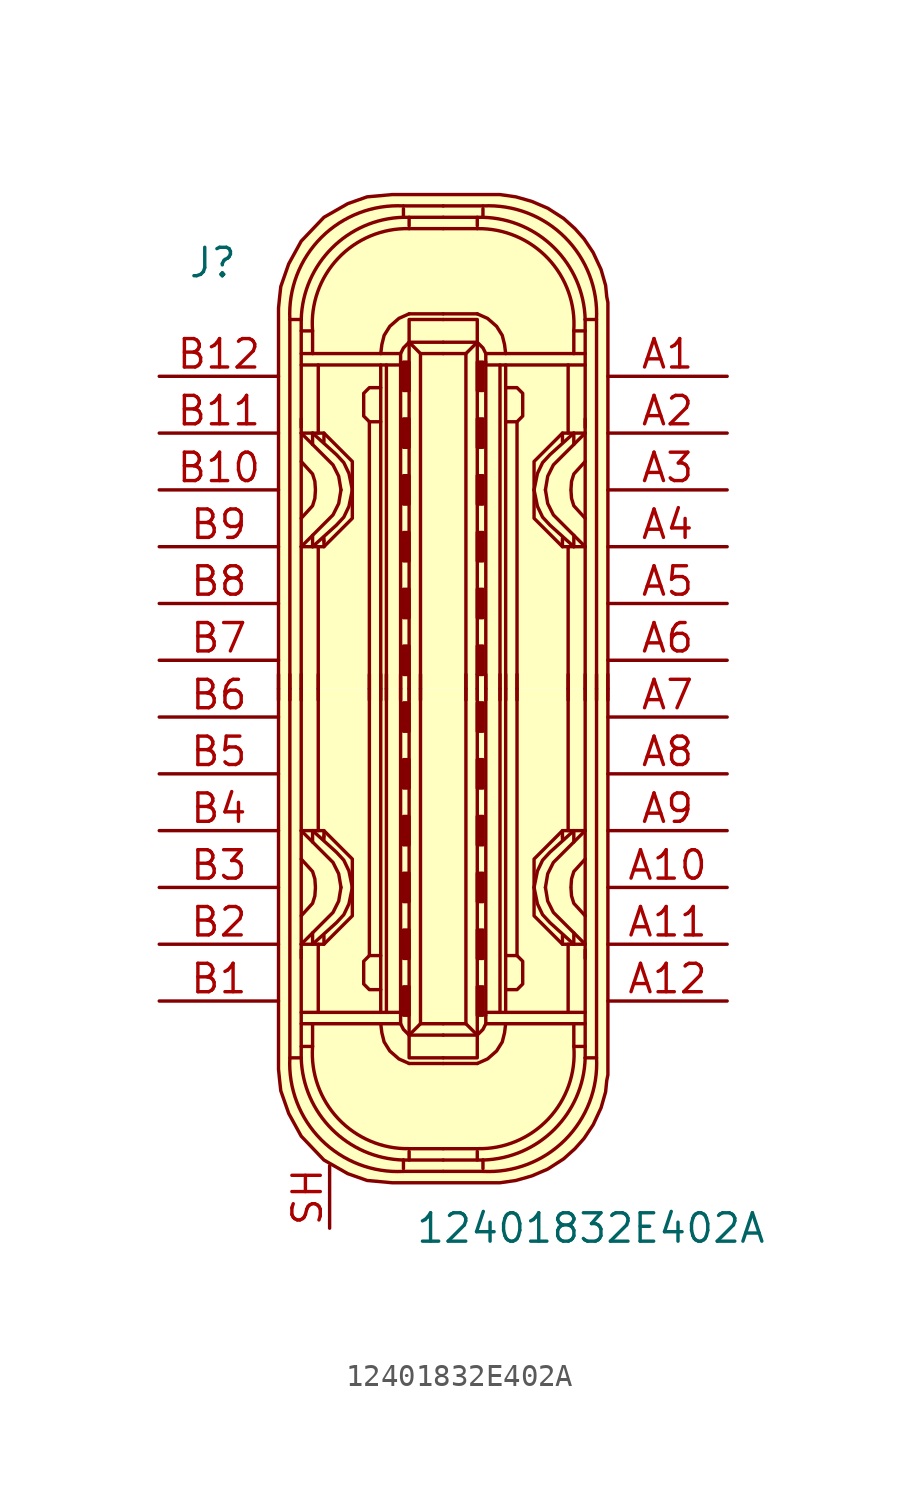
<source format=kicad_sym>
(kicad_symbol_lib
  (version 20201005)
  (generator kicad_symbol_editor)
  (symbol "12401832E402A"
    (pin_names
      (offset 1.016))
    (property "Reference" "J"
      (at -11.43 19.05 0)
      (effects (font (size 1.27 1.27)) (justify left)))
    (property "Value" "12401832E402A"
      (at -1.27 -24.13 0)
      (effects (font (size 1.27 1.27)) (justify left)))
    (symbol "12401832E402A_1_1"
      (arc (start -1.778 -21.59) (end -6.858 -16.51) (radius (at -2.032 -16.764) (length 4.826) (angles -87 177)) (stroke (width 0)) (fill (type none)))
      (arc (start -6.858 16.51) (end -1.778 21.59) (radius (at -2.032 16.764) (length 4.826) (angles -177 87)) (stroke (width 0)) (fill (type none)))
      (arc (start -6.35 -16.51) (end -1.778 -21.082) (radius (at -1.651 -16.383) (length 4.699) (angles -178.5 -91.5)) (stroke (width 0)) (fill (type none)))
      (arc (start -1.778 21.082) (end -6.35 16.51) (radius (at -1.651 16.383) (length 4.699) (angles 91.5 178.5)) (stroke (width 0)) (fill (type none)))
      (arc (start -5.842 -16.002) (end -1.524 -20.574) (radius (at -1.6002 -16.3322) (length 4.2672) (angles 175.5 -89)) (stroke (width 0)) (fill (type none)))
      (arc (start -1.524 20.574) (end -5.842 16.002) (radius (at -1.6002 16.3322) (length 4.2672) (angles 89 -175.5)) (stroke (width 0)) (fill (type none)))
      (arc (start 1.524 -20.574) (end 5.842 -16.002) (radius (at 1.6002 -16.3322) (length 4.2672) (angles -91 4.5)) (stroke (width 0)) (fill (type none)))
      (arc (start 5.842 16.002) (end 1.524 20.574) (radius (at 1.6002 16.3322) (length 4.2672) (angles -4.5 91)) (stroke (width 0)) (fill (type none)))
      (arc (start 1.778 -21.082) (end 6.35 -16.51) (radius (at 1.651 -16.383) (length 4.699) (angles -88.5 -1.5)) (stroke (width 0)) (fill (type none)))
      (arc (start 6.35 16.51) (end 1.778 21.082) (radius (at 1.651 16.383) (length 4.699) (angles 1.5 88.5)) (stroke (width 0)) (fill (type none)))
      (arc (start 6.858 -16.51) (end 1.778 -21.59) (radius (at 2.032 -16.764) (length 4.826) (angles 3 -93)) (stroke (width 0)) (fill (type none)))
      (arc (start 1.778 21.59) (end 6.858 16.51) (radius (at 2.032 16.764) (length 4.826) (angles 93 -3)) (stroke (width 0)) (fill (type none)))
      (rectangle (start -1.778 -14.605) (end -1.524 -13.335) (stroke (width 0)) (fill (type outline)))
      (rectangle (start -1.778 -12.065) (end -1.524 -10.795) (stroke (width 0)) (fill (type outline)))
      (rectangle (start -1.778 -9.525) (end -1.524 -8.255) (stroke (width 0)) (fill (type outline)))
      (rectangle (start -1.778 -6.985) (end -1.524 -5.715) (stroke (width 0)) (fill (type outline)))
      (rectangle (start -1.778 -4.445) (end -1.524 -3.175) (stroke (width 0)) (fill (type outline)))
      (rectangle (start -1.778 -1.905) (end -1.524 -0.635) (stroke (width 0)) (fill (type outline)))
      (rectangle (start -1.778 1.905) (end -1.524 0.635) (stroke (width 0)) (fill (type outline)))
      (rectangle (start -1.778 4.445) (end -1.524 3.175) (stroke (width 0)) (fill (type outline)))
      (rectangle (start -1.778 6.985) (end -1.524 5.715) (stroke (width 0)) (fill (type outline)))
      (rectangle (start -1.778 9.525) (end -1.524 8.255) (stroke (width 0)) (fill (type outline)))
      (rectangle (start -1.778 12.065) (end -1.524 10.795) (stroke (width 0)) (fill (type outline)))
      (rectangle (start -1.778 14.605) (end -1.524 13.335) (stroke (width 0)) (fill (type outline)))
      (rectangle (start 1.778 -14.605) (end 1.524 -13.335) (stroke (width 0)) (fill (type outline)))
      (rectangle (start 1.778 -12.065) (end 1.524 -10.795) (stroke (width 0)) (fill (type outline)))
      (rectangle (start 1.778 -9.525) (end 1.524 -8.255) (stroke (width 0)) (fill (type outline)))
      (rectangle (start 1.778 -6.985) (end 1.524 -5.715) (stroke (width 0)) (fill (type outline)))
      (rectangle (start 1.778 -4.445) (end 1.524 -3.175) (stroke (width 0)) (fill (type outline)))
      (rectangle (start 1.778 -1.905) (end 1.524 -0.635) (stroke (width 0)) (fill (type outline)))
      (rectangle (start 1.778 1.905) (end 1.524 0.635) (stroke (width 0)) (fill (type outline)))
      (rectangle (start 1.778 4.445) (end 1.524 3.175) (stroke (width 0)) (fill (type outline)))
      (rectangle (start 1.778 6.985) (end 1.524 5.715) (stroke (width 0)) (fill (type outline)))
      (rectangle (start 1.778 9.525) (end 1.524 8.255) (stroke (width 0)) (fill (type outline)))
      (rectangle (start 1.778 12.065) (end 1.524 10.795) (stroke (width 0)) (fill (type outline)))
      (rectangle (start 1.778 14.605) (end 1.524 13.335) (stroke (width 0)) (fill (type outline)))
      (polyline (pts (xy -7.366 -0.508) (xy -7.366 0.635)) (stroke (width 0)) (fill (type none)))
      (polyline (pts (xy -6.858 -0.508) (xy -6.858 0.635)) (stroke (width 0)) (fill (type none)))
      (polyline (pts (xy -6.35 -14.986) (xy -1.905 -14.986)) (stroke (width 0)) (fill (type none)))
      (polyline (pts (xy -6.35 -12.065) (xy -6.35 0)) (stroke (width 0)) (fill (type none)))
      (polyline (pts (xy -6.35 -0.508) (xy -6.35 0.635)) (stroke (width 0)) (fill (type none)))
      (polyline (pts (xy -6.35 12.065) (xy -6.35 0)) (stroke (width 0)) (fill (type none)))
      (polyline (pts (xy -6.35 14.986) (xy -1.905 14.986)) (stroke (width 0)) (fill (type none)))
      (polyline (pts (xy -5.842 -11.43) (xy -5.842 -10.922)) (stroke (width 0)) (fill (type none)))
      (polyline (pts (xy -5.842 -6.35) (xy -5.842 -6.858)) (stroke (width 0)) (fill (type none)))
      (polyline (pts (xy -5.842 6.35) (xy -5.842 6.858)) (stroke (width 0)) (fill (type none)))
      (polyline (pts (xy -5.842 11.43) (xy -5.842 10.922)) (stroke (width 0)) (fill (type none)))
      (polyline (pts (xy -5.588 -14.478) (xy -5.588 -11.43)) (stroke (width 0)) (fill (type none)))
      (polyline (pts (xy -5.588 -6.35) (xy -5.588 0)) (stroke (width 0)) (fill (type none)))
      (polyline (pts (xy -5.588 -0.508) (xy -5.588 0.635)) (stroke (width 0)) (fill (type none)))
      (polyline (pts (xy -5.588 6.35) (xy -5.588 0)) (stroke (width 0)) (fill (type none)))
      (polyline (pts (xy -5.588 14.478) (xy -5.588 11.43)) (stroke (width 0)) (fill (type none)))
      (polyline (pts (xy -5.334 -11.43) (xy -5.334 -11.049)) (stroke (width 0)) (fill (type none)))
      (polyline (pts (xy -5.334 -6.604) (xy -5.334 -6.731)) (stroke (width 0)) (fill (type none)))
      (polyline (pts (xy -5.334 -6.35) (xy -5.334 -6.604)) (stroke (width 0)) (fill (type none)))
      (polyline (pts (xy -5.334 6.35) (xy -5.334 6.604)) (stroke (width 0)) (fill (type none)))
      (polyline (pts (xy -5.334 6.604) (xy -5.334 6.731)) (stroke (width 0)) (fill (type none)))
      (polyline (pts (xy -5.334 11.43) (xy -5.334 11.049)) (stroke (width 0)) (fill (type none)))
      (polyline (pts (xy -3.302 -0.508) (xy -3.302 0.635)) (stroke (width 0)) (fill (type none)))
      (polyline (pts (xy -3.302 0) (xy -3.302 -11.938)) (stroke (width 0)) (fill (type none)))
      (polyline (pts (xy -3.302 0) (xy -3.302 11.938)) (stroke (width 0)) (fill (type none)))
      (polyline (pts (xy -2.794 -0.508) (xy -2.794 0.635)) (stroke (width 0)) (fill (type none)))
      (polyline (pts (xy -2.794 0) (xy -2.794 -14.478)) (stroke (width 0)) (fill (type none)))
      (polyline (pts (xy -2.794 0) (xy -2.794 14.478)) (stroke (width 0)) (fill (type none)))
      (polyline (pts (xy -2.54 -14.478) (xy -2.54 0)) (stroke (width 0)) (fill (type none)))
      (polyline (pts (xy -2.54 -0.508) (xy -2.54 0.635)) (stroke (width 0)) (fill (type none)))
      (polyline (pts (xy -2.54 14.478) (xy -2.54 0)) (stroke (width 0)) (fill (type none)))
      (polyline (pts (xy -1.905 -14.478) (xy -6.35 -14.478)) (stroke (width 0)) (fill (type none)))
      (polyline (pts (xy -1.905 -0.508) (xy -1.905 0.635)) (stroke (width 0)) (fill (type none)))
      (polyline (pts (xy -1.905 0) (xy -1.905 -14.605)) (stroke (width 0)) (fill (type none)))
      (polyline (pts (xy -1.905 0) (xy -1.905 14.605)) (stroke (width 0)) (fill (type none)))
      (polyline (pts (xy -1.905 14.478) (xy -6.35 14.478)) (stroke (width 0)) (fill (type none)))
      (polyline (pts (xy -1.778 -21.59) (xy 0 -21.59)) (stroke (width 0)) (fill (type background)))
      (polyline (pts (xy -1.778 -21.082) (xy -1.778 -21.463)) (stroke (width 0)) (fill (type none)))
      (polyline (pts (xy -1.778 -21.082) (xy 0 -21.082)) (stroke (width 0)) (fill (type none)))
      (polyline (pts (xy -1.778 21.082) (xy -1.778 21.463)) (stroke (width 0)) (fill (type none)))
      (polyline (pts (xy -1.778 21.082) (xy 0 21.082)) (stroke (width 0)) (fill (type none)))
      (polyline (pts (xy -1.778 21.59) (xy 0 21.59)) (stroke (width 0)) (fill (type background)))
      (polyline (pts (xy -1.524 -20.701) (xy -1.524 -21.082)) (stroke (width 0)) (fill (type none)))
      (polyline (pts (xy -1.524 -20.574) (xy 0 -20.574)) (stroke (width 0)) (fill (type none)))
      (polyline (pts (xy -1.524 -0.508) (xy -1.524 0.635)) (stroke (width 0)) (fill (type none)))
      (polyline (pts (xy -1.524 20.574) (xy 0 20.574)) (stroke (width 0)) (fill (type none)))
      (polyline (pts (xy -1.524 20.701) (xy -1.524 21.082)) (stroke (width 0)) (fill (type none)))
      (polyline (pts (xy -1.016 -14.986) (xy -1.524 -15.494)) (stroke (width 0)) (fill (type none)))
      (polyline (pts (xy -1.016 -0.508) (xy -1.016 0.635)) (stroke (width 0)) (fill (type none)))
      (polyline (pts (xy -1.016 14.986) (xy -1.524 15.494)) (stroke (width 0)) (fill (type none)))
      (polyline (pts (xy 0 -16.764) (xy -1.524 -16.764)) (stroke (width 0)) (fill (type none)))
      (polyline (pts (xy 0 -16.764) (xy 1.524 -16.764)) (stroke (width 0)) (fill (type none)))
      (polyline (pts (xy 0 16.764) (xy -1.524 16.764)) (stroke (width 0)) (fill (type none)))
      (polyline (pts (xy 0 16.764) (xy 1.524 16.764)) (stroke (width 0)) (fill (type none)))
      (polyline (pts (xy 1.016 -14.986) (xy 1.524 -15.494)) (stroke (width 0)) (fill (type none)))
      (polyline (pts (xy 1.016 -0.508) (xy 1.016 0.635)) (stroke (width 0)) (fill (type none)))
      (polyline (pts (xy 1.016 14.986) (xy 1.524 15.494)) (stroke (width 0)) (fill (type none)))
      (polyline (pts (xy 1.524 -20.701) (xy 1.524 -21.082)) (stroke (width 0)) (fill (type none)))
      (polyline (pts (xy 1.524 -20.574) (xy 0 -20.574)) (stroke (width 0)) (fill (type none)))
      (polyline (pts (xy 1.524 -0.508) (xy 1.524 0.635)) (stroke (width 0)) (fill (type none)))
      (polyline (pts (xy 1.524 20.574) (xy 0 20.574)) (stroke (width 0)) (fill (type none)))
      (polyline (pts (xy 1.524 20.701) (xy 1.524 21.082)) (stroke (width 0)) (fill (type none)))
      (polyline (pts (xy 1.778 -21.59) (xy 0 -21.59)) (stroke (width 0)) (fill (type background)))
      (polyline (pts (xy 1.778 -21.082) (xy 0 -21.082)) (stroke (width 0)) (fill (type none)))
      (polyline (pts (xy 1.778 -21.082) (xy 1.778 -21.463)) (stroke (width 0)) (fill (type none)))
      (polyline (pts (xy 1.778 21.082) (xy 0 21.082)) (stroke (width 0)) (fill (type none)))
      (polyline (pts (xy 1.778 21.082) (xy 1.778 21.463)) (stroke (width 0)) (fill (type none)))
      (polyline (pts (xy 1.778 21.59) (xy 0 21.59)) (stroke (width 0)) (fill (type background)))
      (polyline (pts (xy 1.905 -14.478) (xy 6.35 -14.478)) (stroke (width 0)) (fill (type none)))
      (polyline (pts (xy 1.905 -0.508) (xy 1.905 0.635)) (stroke (width 0)) (fill (type none)))
      (polyline (pts (xy 1.905 0) (xy 1.905 -14.605)) (stroke (width 0)) (fill (type none)))
      (polyline (pts (xy 1.905 0) (xy 1.905 14.605)) (stroke (width 0)) (fill (type none)))
      (polyline (pts (xy 1.905 14.478) (xy 6.35 14.478)) (stroke (width 0)) (fill (type none)))
      (polyline (pts (xy 2.54 -14.478) (xy 2.54 0)) (stroke (width 0)) (fill (type none)))
      (polyline (pts (xy 2.54 -0.508) (xy 2.54 0.635)) (stroke (width 0)) (fill (type none)))
      (polyline (pts (xy 2.54 14.478) (xy 2.54 0)) (stroke (width 0)) (fill (type none)))
      (polyline (pts (xy 2.794 -0.508) (xy 2.794 0.635)) (stroke (width 0)) (fill (type none)))
      (polyline (pts (xy 2.794 0) (xy 2.794 -14.478)) (stroke (width 0)) (fill (type none)))
      (polyline (pts (xy 2.794 0) (xy 2.794 14.478)) (stroke (width 0)) (fill (type none)))
      (polyline (pts (xy 3.302 -0.508) (xy 3.302 0.635)) (stroke (width 0)) (fill (type none)))
      (polyline (pts (xy 3.302 0) (xy 3.302 -11.938)) (stroke (width 0)) (fill (type none)))
      (polyline (pts (xy 3.302 0) (xy 3.302 11.938)) (stroke (width 0)) (fill (type none)))
      (polyline (pts (xy 5.334 -11.43) (xy 5.334 -11.049)) (stroke (width 0)) (fill (type none)))
      (polyline (pts (xy 5.334 -6.604) (xy 5.334 -6.731)) (stroke (width 0)) (fill (type none)))
      (polyline (pts (xy 5.334 -6.35) (xy 5.334 -6.604)) (stroke (width 0)) (fill (type none)))
      (polyline (pts (xy 5.334 6.35) (xy 5.334 6.604)) (stroke (width 0)) (fill (type none)))
      (polyline (pts (xy 5.334 6.604) (xy 5.334 6.731)) (stroke (width 0)) (fill (type none)))
      (polyline (pts (xy 5.334 11.43) (xy 5.334 11.049)) (stroke (width 0)) (fill (type none)))
      (polyline (pts (xy 5.588 -14.478) (xy 5.588 -11.43)) (stroke (width 0)) (fill (type none)))
      (polyline (pts (xy 5.588 -6.35) (xy 5.588 0)) (stroke (width 0)) (fill (type none)))
      (polyline (pts (xy 5.588 -0.508) (xy 5.588 0.635)) (stroke (width 0)) (fill (type none)))
      (polyline (pts (xy 5.588 6.35) (xy 5.588 0)) (stroke (width 0)) (fill (type none)))
      (polyline (pts (xy 5.588 14.478) (xy 5.588 11.43)) (stroke (width 0)) (fill (type none)))
      (polyline (pts (xy 5.842 -11.43) (xy 5.842 -10.922)) (stroke (width 0)) (fill (type none)))
      (polyline (pts (xy 5.842 -6.35) (xy 5.842 -6.858)) (stroke (width 0)) (fill (type none)))
      (polyline (pts (xy 5.842 6.35) (xy 5.842 6.858)) (stroke (width 0)) (fill (type none)))
      (polyline (pts (xy 5.842 11.43) (xy 5.842 10.922)) (stroke (width 0)) (fill (type none)))
      (polyline (pts (xy 6.35 -14.986) (xy 1.905 -14.986)) (stroke (width 0)) (fill (type none)))
      (polyline (pts (xy 6.35 -12.065) (xy 6.35 0)) (stroke (width 0)) (fill (type none)))
      (polyline (pts (xy 6.35 -0.508) (xy 6.35 0.635)) (stroke (width 0)) (fill (type none)))
      (polyline (pts (xy 6.35 12.065) (xy 6.35 0)) (stroke (width 0)) (fill (type none)))
      (polyline (pts (xy 6.35 14.986) (xy 1.905 14.986)) (stroke (width 0)) (fill (type none)))
      (polyline (pts (xy 6.858 -0.508) (xy 6.858 0.635)) (stroke (width 0)) (fill (type none)))
      (polyline (pts (xy 7.366 -0.508) (xy 7.366 0.635)) (stroke (width 0)) (fill (type none)))
      (polyline (pts (xy -6.35 -16.51) (xy -6.858 -16.51) (xy -6.858 0)) (stroke (width 0)) (fill (type none)))
      (polyline (pts (xy -6.35 -11.684) (xy -6.35 -15.875) (xy -6.35 -16.51)) (stroke (width 0)) (fill (type none)))
      (polyline (pts (xy -6.35 11.684) (xy -6.35 15.875) (xy -6.35 16.51)) (stroke (width 0)) (fill (type none)))
      (polyline (pts (xy -6.35 16.51) (xy -6.858 16.51) (xy -6.858 0)) (stroke (width 0)) (fill (type none)))
      (polyline (pts (xy -5.842 -14.986) (xy -5.842 -16.002) (xy -6.35 -16.002)) (stroke (width 0)) (fill (type none)))
      (polyline (pts (xy -5.842 14.986) (xy -5.842 16.002) (xy -6.35 16.002)) (stroke (width 0)) (fill (type none)))
      (polyline (pts (xy -1.524 0) (xy -1.524 -15.494) (xy 0 -15.494)) (stroke (width 0)) (fill (type none)))
      (polyline (pts (xy -1.524 0) (xy -1.524 15.494) (xy 0 15.494)) (stroke (width 0)) (fill (type none)))
      (polyline (pts (xy -1.016 0) (xy -1.016 -14.986) (xy 0 -14.986)) (stroke (width 0)) (fill (type none)))
      (polyline (pts (xy -1.016 0) (xy -1.016 14.986) (xy 0 14.986)) (stroke (width 0)) (fill (type none)))
      (polyline (pts (xy 1.016 0) (xy 1.016 -14.986) (xy 0 -14.986)) (stroke (width 0)) (fill (type none)))
      (polyline (pts (xy 1.016 0) (xy 1.016 14.986) (xy 0 14.986)) (stroke (width 0)) (fill (type none)))
      (polyline (pts (xy 1.524 0) (xy 1.524 -15.494) (xy 0 -15.494)) (stroke (width 0)) (fill (type none)))
      (polyline (pts (xy 1.524 0) (xy 1.524 15.494) (xy 0 15.494)) (stroke (width 0)) (fill (type none)))
      (polyline (pts (xy 5.842 -14.986) (xy 5.842 -16.002) (xy 6.35 -16.002)) (stroke (width 0)) (fill (type none)))
      (polyline (pts (xy 5.842 14.986) (xy 5.842 16.002) (xy 6.35 16.002)) (stroke (width 0)) (fill (type none)))
      (polyline (pts (xy 6.35 -16.51) (xy 6.858 -16.51) (xy 6.858 0)) (stroke (width 0)) (fill (type none)))
      (polyline (pts (xy 6.35 -11.684) (xy 6.35 -15.875) (xy 6.35 -16.51)) (stroke (width 0)) (fill (type none)))
      (polyline (pts (xy 6.35 11.684) (xy 6.35 15.875) (xy 6.35 16.51)) (stroke (width 0)) (fill (type none)))
      (polyline (pts (xy 6.35 16.51) (xy 6.858 16.51) (xy 6.858 0)) (stroke (width 0)) (fill (type none)))
      (polyline (pts (xy -6.35 -11.43) (xy -4.928 -10.008) (xy -4.674 -9.5) (xy -4.572 -8.89)) (stroke (width 0)) (fill (type none)))
      (polyline (pts (xy -6.35 -10.16) (xy -5.842 -9.601) (xy -5.74 -9.271) (xy -5.715 -8.915)) (stroke (width 0)) (fill (type none)))
      (polyline (pts (xy -6.35 -7.62) (xy -5.842 -8.179) (xy -5.74 -8.509) (xy -5.715 -8.865)) (stroke (width 0)) (fill (type none)))
      (polyline (pts (xy -6.35 -6.35) (xy -4.928 -7.772) (xy -4.674 -8.28) (xy -4.572 -8.89)) (stroke (width 0)) (fill (type none)))
      (polyline (pts (xy -6.35 6.35) (xy -4.928 7.772) (xy -4.674 8.28) (xy -4.572 8.89)) (stroke (width 0)) (fill (type none)))
      (polyline (pts (xy -6.35 7.62) (xy -5.842 8.179) (xy -5.74 8.509) (xy -5.715 8.865)) (stroke (width 0)) (fill (type none)))
      (polyline (pts (xy -6.35 10.16) (xy -5.842 9.601) (xy -5.74 9.271) (xy -5.715 8.915)) (stroke (width 0)) (fill (type none)))
      (polyline (pts (xy -6.35 11.43) (xy -4.928 10.008) (xy -4.674 9.5) (xy -4.572 8.89)) (stroke (width 0)) (fill (type none)))
      (polyline (pts (xy -1.905 -14.605) (xy -1.905 -14.986) (xy -1.778 -15.24) (xy -1.524 -15.494)) (stroke (width 0)) (fill (type none)))
      (polyline (pts (xy -1.905 14.605) (xy -1.905 14.986) (xy -1.778 15.24) (xy -1.524 15.494)) (stroke (width 0)) (fill (type none)))
      (polyline (pts (xy 0 -16.51) (xy -1.397 -16.51) (xy -1.524 -16.51) (xy -1.524 -15.494)) (stroke (width 0)) (fill (type none)))
      (polyline (pts (xy 0 -16.51) (xy 1.397 -16.51) (xy 1.524 -16.51) (xy 1.524 -15.494)) (stroke (width 0)) (fill (type none)))
      (polyline (pts (xy 0 16.51) (xy -1.397 16.51) (xy -1.524 16.51) (xy -1.524 15.494)) (stroke (width 0)) (fill (type none)))
      (polyline (pts (xy 0 16.51) (xy 1.397 16.51) (xy 1.524 16.51) (xy 1.524 15.494)) (stroke (width 0)) (fill (type none)))
      (polyline (pts (xy 1.905 -14.605) (xy 1.905 -14.986) (xy 1.778 -15.24) (xy 1.524 -15.494)) (stroke (width 0)) (fill (type none)))
      (polyline (pts (xy 1.905 14.605) (xy 1.905 14.986) (xy 1.778 15.24) (xy 1.524 15.494)) (stroke (width 0)) (fill (type none)))
      (polyline (pts (xy 6.35 -11.43) (xy 4.928 -10.008) (xy 4.674 -9.5) (xy 4.572 -8.89)) (stroke (width 0)) (fill (type none)))
      (polyline (pts (xy 6.35 -10.16) (xy 5.842 -9.601) (xy 5.74 -9.271) (xy 5.715 -8.915)) (stroke (width 0)) (fill (type none)))
      (polyline (pts (xy 6.35 -7.62) (xy 5.842 -8.179) (xy 5.74 -8.509) (xy 5.715 -8.865)) (stroke (width 0)) (fill (type none)))
      (polyline (pts (xy 6.35 -6.35) (xy 4.928 -7.772) (xy 4.674 -8.28) (xy 4.572 -8.89)) (stroke (width 0)) (fill (type none)))
      (polyline (pts (xy 6.35 6.35) (xy 4.928 7.772) (xy 4.674 8.28) (xy 4.572 8.89)) (stroke (width 0)) (fill (type none)))
      (polyline (pts (xy 6.35 7.62) (xy 5.842 8.179) (xy 5.74 8.509) (xy 5.715 8.865)) (stroke (width 0)) (fill (type none)))
      (polyline (pts (xy 6.35 10.16) (xy 5.842 9.601) (xy 5.74 9.271) (xy 5.715 8.915)) (stroke (width 0)) (fill (type none)))
      (polyline (pts (xy 6.35 11.43) (xy 4.928 10.008) (xy 4.674 9.5) (xy 4.572 8.89)) (stroke (width 0)) (fill (type none)))
      (polyline (pts (xy -5.842 -11.43) (xy -4.775 -10.465) (xy -4.445 -10.109) (xy -4.216 -9.627) (xy -4.064 -8.89)) (stroke (width 0)) (fill (type none)))
      (polyline (pts (xy -5.842 -6.35) (xy -4.775 -7.315) (xy -4.445 -7.671) (xy -4.216 -8.153) (xy -4.064 -8.89)) (stroke (width 0)) (fill (type none)))
      (polyline (pts (xy -5.842 6.35) (xy -4.775 7.315) (xy -4.445 7.671) (xy -4.216 8.153) (xy -4.064 8.89)) (stroke (width 0)) (fill (type none)))
      (polyline (pts (xy -5.842 11.43) (xy -4.775 10.465) (xy -4.445 10.109) (xy -4.216 9.627) (xy -4.064 8.89)) (stroke (width 0)) (fill (type none)))
      (polyline (pts (xy 5.842 -11.43) (xy 4.775 -10.465) (xy 4.445 -10.109) (xy 4.216 -9.627) (xy 4.064 -8.89)) (stroke (width 0)) (fill (type none)))
      (polyline (pts (xy 5.842 -6.35) (xy 4.775 -7.315) (xy 4.445 -7.671) (xy 4.216 -8.153) (xy 4.064 -8.89)) (stroke (width 0)) (fill (type none)))
      (polyline (pts (xy 5.842 6.35) (xy 4.775 7.315) (xy 4.445 7.671) (xy 4.216 8.153) (xy 4.064 8.89)) (stroke (width 0)) (fill (type none)))
      (polyline (pts (xy 5.842 11.43) (xy 4.775 10.465) (xy 4.445 10.109) (xy 4.216 9.627) (xy 4.064 8.89)) (stroke (width 0)) (fill (type none)))
      (polyline (pts (xy -6.35 -11.43) (xy -5.334 -11.43) (xy -4.064 -10.16) (xy -4.064 -7.62) (xy -5.334 -6.35) (xy -6.35 -6.35)) (stroke (width 0)) (fill (type none)))
      (polyline (pts (xy -6.35 11.43) (xy -5.334 11.43) (xy -4.064 10.16) (xy -4.064 7.62) (xy -5.334 6.35) (xy -6.35 6.35)) (stroke (width 0)) (fill (type none)))
      (polyline (pts (xy -2.794 -14.986) (xy -2.743 -15.392) (xy -2.642 -15.799) (xy -2.388 -16.205) (xy -1.981 -16.561) (xy -1.524 -16.764)) (stroke (width 0)) (fill (type none)))
      (polyline (pts (xy -2.794 -13.462) (xy -3.302 -13.462) (xy -3.556 -13.208) (xy -3.556 -12.192) (xy -3.302 -11.938) (xy -2.794 -11.938)) (stroke (width 0)) (fill (type none)))
      (polyline (pts (xy -2.794 13.462) (xy -3.302 13.462) (xy -3.556 13.208) (xy -3.556 12.192) (xy -3.302 11.938) (xy -2.794 11.938)) (stroke (width 0)) (fill (type none)))
      (polyline (pts (xy -2.794 14.986) (xy -2.743 15.392) (xy -2.642 15.799) (xy -2.388 16.205) (xy -1.981 16.561) (xy -1.524 16.764)) (stroke (width 0)) (fill (type none)))
      (polyline (pts (xy 2.794 -14.986) (xy 2.743 -15.392) (xy 2.642 -15.799) (xy 2.388 -16.205) (xy 1.981 -16.561) (xy 1.524 -16.764)) (stroke (width 0)) (fill (type none)))
      (polyline (pts (xy 2.794 -13.462) (xy 3.302 -13.462) (xy 3.556 -13.208) (xy 3.556 -12.192) (xy 3.302 -11.938) (xy 2.794 -11.938)) (stroke (width 0)) (fill (type none)))
      (polyline (pts (xy 2.794 13.462) (xy 3.302 13.462) (xy 3.556 13.208) (xy 3.556 12.192) (xy 3.302 11.938) (xy 2.794 11.938)) (stroke (width 0)) (fill (type none)))
      (polyline (pts (xy 2.794 14.986) (xy 2.743 15.392) (xy 2.642 15.799) (xy 2.388 16.205) (xy 1.981 16.561) (xy 1.524 16.764)) (stroke (width 0)) (fill (type none)))
      (polyline (pts (xy 6.35 -11.43) (xy 5.334 -11.43) (xy 4.064 -10.16) (xy 4.064 -7.62) (xy 5.334 -6.35) (xy 6.35 -6.35)) (stroke (width 0)) (fill (type none)))
      (polyline (pts (xy 6.35 11.43) (xy 5.334 11.43) (xy 4.064 10.16) (xy 4.064 7.62) (xy 5.334 6.35) (xy 6.35 6.35)) (stroke (width 0)) (fill (type none)))
      (polyline (pts (xy 7.366 0) (xy 7.366 -17.018) (xy 7.366 -17.272) (xy 7.315 -17.526) (xy 7.264 -18.034) (xy 7.061 -18.745) (xy 6.706 -19.507) (xy 6.299 -20.117) (xy 5.893 -20.574) (xy 5.385 -21.031) (xy 4.674 -21.488) (xy 3.962 -21.793) (xy 3.251 -21.996) (xy 2.54 -22.098) (xy -2.286 -22.098) (xy -3.404 -21.996) (xy -4.267 -21.692) (xy -5.334 -21.082) (xy -6.35 -20.015) (xy -6.909 -18.999) (xy -7.264 -17.983) (xy -7.315 -17.526) (xy -7.366 -17.018) (xy -7.366 0)) (stroke (width 0)) (fill (type background)))
      (polyline (pts (xy 7.366 0) (xy 7.366 17.018) (xy 7.366 17.272) (xy 7.315 17.526) (xy 7.264 18.034) (xy 7.061 18.745) (xy 6.706 19.507) (xy 6.299 20.117) (xy 5.893 20.574) (xy 5.385 21.031) (xy 4.674 21.488) (xy 3.962 21.793) (xy 3.251 21.996) (xy 2.54 22.098) (xy -2.286 22.098) (xy -3.404 21.996) (xy -4.267 21.692) (xy -5.334 21.082) (xy -6.35 20.015) (xy -6.909 18.999) (xy -7.264 17.983) (xy -7.315 17.526) (xy -7.366 17.018) (xy -7.366 0)) (stroke (width 0)) (fill (type background)))
      (pin passive line (at 12.7 13.97 180) (length 5.334) (name "~" (effects (font (size 1.27 1.27)))) (number "A1" (effects (font (size 1.27 1.27)))))
      (pin passive line (at 12.7 -8.89 180) (length 5.334) (name "~" (effects (font (size 1.27 1.27)))) (number "A10" (effects (font (size 1.27 1.27)))))
      (pin passive line (at 12.7 -11.43 180) (length 5.334) (name "~" (effects (font (size 1.27 1.27)))) (number "A11" (effects (font (size 1.27 1.27)))))
      (pin passive line (at 12.7 -13.97 180) (length 5.334) (name "~" (effects (font (size 1.27 1.27)))) (number "A12" (effects (font (size 1.27 1.27)))))
      (pin passive line (at 12.7 11.43 180) (length 5.334) (name "~" (effects (font (size 1.27 1.27)))) (number "A2" (effects (font (size 1.27 1.27)))))
      (pin passive line (at 12.7 8.89 180) (length 5.334) (name "~" (effects (font (size 1.27 1.27)))) (number "A3" (effects (font (size 1.27 1.27)))))
      (pin passive line (at 12.7 6.35 180) (length 5.334) (name "~" (effects (font (size 1.27 1.27)))) (number "A4" (effects (font (size 1.27 1.27)))))
      (pin passive line (at 12.7 3.81 180) (length 5.334) (name "~" (effects (font (size 1.27 1.27)))) (number "A5" (effects (font (size 1.27 1.27)))))
      (pin passive line (at 12.7 1.27 180) (length 5.334) (name "~" (effects (font (size 1.27 1.27)))) (number "A6" (effects (font (size 1.27 1.27)))))
      (pin passive line (at 12.7 -1.27 180) (length 5.334) (name "~" (effects (font (size 1.27 1.27)))) (number "A7" (effects (font (size 1.27 1.27)))))
      (pin passive line (at 12.7 -3.81 180) (length 5.334) (name "~" (effects (font (size 1.27 1.27)))) (number "A8" (effects (font (size 1.27 1.27)))))
      (pin passive line (at 12.7 -6.35 180) (length 5.334) (name "~" (effects (font (size 1.27 1.27)))) (number "A9" (effects (font (size 1.27 1.27)))))
      (pin passive line (at -12.7 -13.97 0) (length 5.334) (name "~" (effects (font (size 1.27 1.27)))) (number "B1" (effects (font (size 1.27 1.27)))))
      (pin passive line (at -12.7 8.89 0) (length 5.334) (name "~" (effects (font (size 1.27 1.27)))) (number "B10" (effects (font (size 1.27 1.27)))))
      (pin passive line (at -12.7 11.43 0) (length 5.334) (name "~" (effects (font (size 1.27 1.27)))) (number "B11" (effects (font (size 1.27 1.27)))))
      (pin passive line (at -12.7 13.97 0) (length 5.334) (name "~" (effects (font (size 1.27 1.27)))) (number "B12" (effects (font (size 1.27 1.27)))))
      (pin passive line (at -12.7 -11.43 0) (length 5.334) (name "~" (effects (font (size 1.27 1.27)))) (number "B2" (effects (font (size 1.27 1.27)))))
      (pin passive line (at -12.7 -8.89 0) (length 5.334) (name "~" (effects (font (size 1.27 1.27)))) (number "B3" (effects (font (size 1.27 1.27)))))
      (pin passive line (at -12.7 -6.35 0) (length 5.334) (name "~" (effects (font (size 1.27 1.27)))) (number "B4" (effects (font (size 1.27 1.27)))))
      (pin passive line (at -12.7 -3.81 0) (length 5.334) (name "~" (effects (font (size 1.27 1.27)))) (number "B5" (effects (font (size 1.27 1.27)))))
      (pin passive line (at -12.7 -1.27 0) (length 5.334) (name "~" (effects (font (size 1.27 1.27)))) (number "B6" (effects (font (size 1.27 1.27)))))
      (pin passive line (at -12.7 1.27 0) (length 5.334) (name "~" (effects (font (size 1.27 1.27)))) (number "B7" (effects (font (size 1.27 1.27)))))
      (pin passive line (at -12.7 3.81 0) (length 5.334) (name "~" (effects (font (size 1.27 1.27)))) (number "B8" (effects (font (size 1.27 1.27)))))
      (pin passive line (at -12.7 6.35 0) (length 5.334) (name "~" (effects (font (size 1.27 1.27)))) (number "B9" (effects (font (size 1.27 1.27)))))
      (pin input line (at -5.08 -24.13 90) (length 2.794) (name "~" (effects (font (size 1.27 1.27)))) (number "SH" (effects (font (size 1.27 1.27))))))))
</source>
